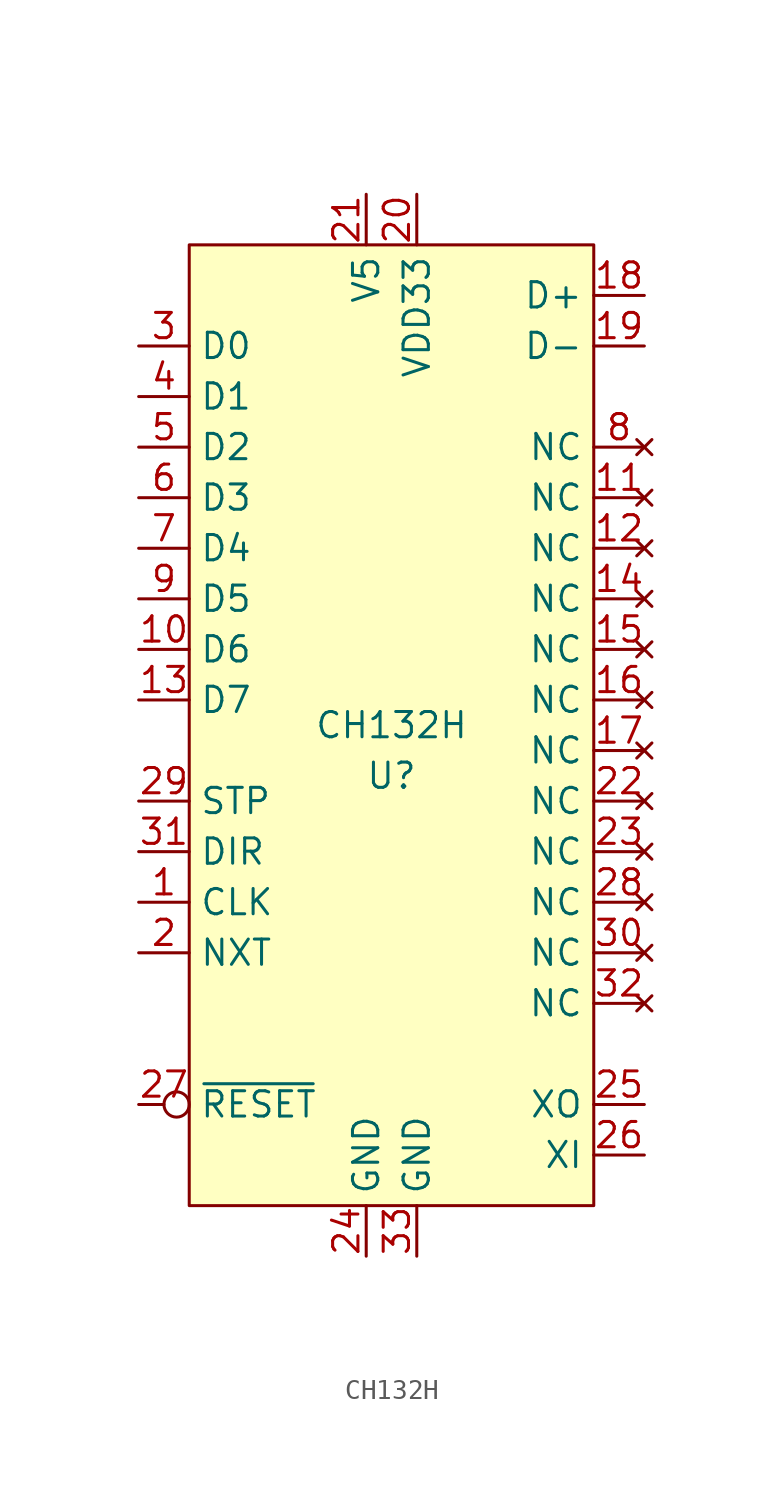
<source format=kicad_sym>
(kicad_symbol_lib
  (version 20211014)
  (generator kicad_symbol_editor)
  (symbol "CH132H"
    (property "Reference" "U"
      (at 0 -26.67 0)
      (effects (font (size 1.27 1.27))))
    (property "Value" "CH132H"
      (at 0 -24.13 0)
      (effects (font (size 1.27 1.27))))
    (symbol "CH132H_0_1"
      (rectangle (start -10.16 0) (end 10.16 -48.26) (stroke (width 0.152) (type default) (color 0 0 0 0)) (fill (type background))))
    (symbol "CH132H_1_1"
      (pin output line (at -12.7 -33.02 0) (length 2.54) (name "CLK" (effects (font (size 1.27 1.27)))) (number "1" (effects (font (size 1.27 1.27)))))
      (pin bidirectional line (at -12.7 -20.32 0) (length 2.54) (name "D6" (effects (font (size 1.27 1.27)))) (number "10" (effects (font (size 1.27 1.27)))))
      (pin no_connect line (at 12.7 -12.7 180) (length 2.54) (name "NC" (effects (font (size 1.27 1.27)))) (number "11" (effects (font (size 1.27 1.27)))))
      (pin no_connect line (at 12.7 -15.24 180) (length 2.54) (name "NC" (effects (font (size 1.27 1.27)))) (number "12" (effects (font (size 1.27 1.27)))))
      (pin bidirectional line (at -12.7 -22.86 0) (length 2.54) (name "D7" (effects (font (size 1.27 1.27)))) (number "13" (effects (font (size 1.27 1.27)))))
      (pin no_connect line (at 12.7 -17.78 180) (length 2.54) (name "NC" (effects (font (size 1.27 1.27)))) (number "14" (effects (font (size 1.27 1.27)))))
      (pin no_connect line (at 12.7 -20.32 180) (length 2.54) (name "NC" (effects (font (size 1.27 1.27)))) (number "15" (effects (font (size 1.27 1.27)))))
      (pin no_connect line (at 12.7 -22.86 180) (length 2.54) (name "NC" (effects (font (size 1.27 1.27)))) (number "16" (effects (font (size 1.27 1.27)))))
      (pin no_connect line (at 12.7 -25.4 180) (length 2.54) (name "NC" (effects (font (size 1.27 1.27)))) (number "17" (effects (font (size 1.27 1.27)))))
      (pin bidirectional line (at 12.7 -2.54 180) (length 2.54) (name "D+" (effects (font (size 1.27 1.27)))) (number "18" (effects (font (size 1.27 1.27)))))
      (pin bidirectional line (at 12.7 -5.08 180) (length 2.54) (name "D-" (effects (font (size 1.27 1.27)))) (number "19" (effects (font (size 1.27 1.27)))))
      (pin output line (at -12.7 -35.56 0) (length 2.54) (name "NXT" (effects (font (size 1.27 1.27)))) (number "2" (effects (font (size 1.27 1.27)))))
      (pin power_in line (at 1.27 2.54 270) (length 2.54) (name "VDD33" (effects (font (size 1.27 1.27)))) (number "20" (effects (font (size 1.27 1.27)))))
      (pin power_in line (at -1.27 2.54 270) (length 2.54) (name "V5" (effects (font (size 1.27 1.27)))) (number "21" (effects (font (size 1.27 1.27)))))
      (pin no_connect line (at 12.7 -27.94 180) (length 2.54) (name "NC" (effects (font (size 1.27 1.27)))) (number "22" (effects (font (size 1.27 1.27)))))
      (pin no_connect line (at 12.7 -30.48 180) (length 2.54) (name "NC" (effects (font (size 1.27 1.27)))) (number "23" (effects (font (size 1.27 1.27)))))
      (pin power_in line (at -1.27 -50.8 90) (length 2.54) (name "GND" (effects (font (size 1.27 1.27)))) (number "24" (effects (font (size 1.27 1.27)))))
      (pin output line (at 12.7 -43.18 180) (length 2.54) (name "XO" (effects (font (size 1.27 1.27)))) (number "25" (effects (font (size 1.27 1.27)))))
      (pin input line (at 12.7 -45.72 180) (length 2.54) (name "XI" (effects (font (size 1.27 1.27)))) (number "26" (effects (font (size 1.27 1.27)))))
      (pin input inverted (at -12.7 -43.18 0) (length 2.54) (name "~{RESET}" (effects (font (size 1.27 1.27)))) (number "27" (effects (font (size 1.27 1.27)))))
      (pin no_connect line (at 12.7 -33.02 180) (length 2.54) (name "NC" (effects (font (size 1.27 1.27)))) (number "28" (effects (font (size 1.27 1.27)))))
      (pin input line (at -12.7 -27.94 0) (length 2.54) (name "STP" (effects (font (size 1.27 1.27)))) (number "29" (effects (font (size 1.27 1.27)))))
      (pin bidirectional line (at -12.7 -5.08 0) (length 2.54) (name "D0" (effects (font (size 1.27 1.27)))) (number "3" (effects (font (size 1.27 1.27)))))
      (pin no_connect line (at 12.7 -35.56 180) (length 2.54) (name "NC" (effects (font (size 1.27 1.27)))) (number "30" (effects (font (size 1.27 1.27)))))
      (pin output line (at -12.7 -30.48 0) (length 2.54) (name "DIR" (effects (font (size 1.27 1.27)))) (number "31" (effects (font (size 1.27 1.27)))))
      (pin no_connect line (at 12.7 -38.1 180) (length 2.54) (name "NC" (effects (font (size 1.27 1.27)))) (number "32" (effects (font (size 1.27 1.27)))))
      (pin power_in line (at 1.27 -50.8 90) (length 2.54) (name "GND" (effects (font (size 1.27 1.27)))) (number "33" (effects (font (size 1.27 1.27)))))
      (pin bidirectional line (at -12.7 -7.62 0) (length 2.54) (name "D1" (effects (font (size 1.27 1.27)))) (number "4" (effects (font (size 1.27 1.27)))))
      (pin bidirectional line (at -12.7 -10.16 0) (length 2.54) (name "D2" (effects (font (size 1.27 1.27)))) (number "5" (effects (font (size 1.27 1.27)))))
      (pin bidirectional line (at -12.7 -12.7 0) (length 2.54) (name "D3" (effects (font (size 1.27 1.27)))) (number "6" (effects (font (size 1.27 1.27)))))
      (pin bidirectional line (at -12.7 -15.24 0) (length 2.54) (name "D4" (effects (font (size 1.27 1.27)))) (number "7" (effects (font (size 1.27 1.27)))))
      (pin no_connect line (at 12.7 -10.16 180) (length 2.54) (name "NC" (effects (font (size 1.27 1.27)))) (number "8" (effects (font (size 1.27 1.27)))))
      (pin bidirectional line (at -12.7 -17.78 0) (length 2.54) (name "D5" (effects (font (size 1.27 1.27)))) (number "9" (effects (font (size 1.27 1.27))))))))
</source>
